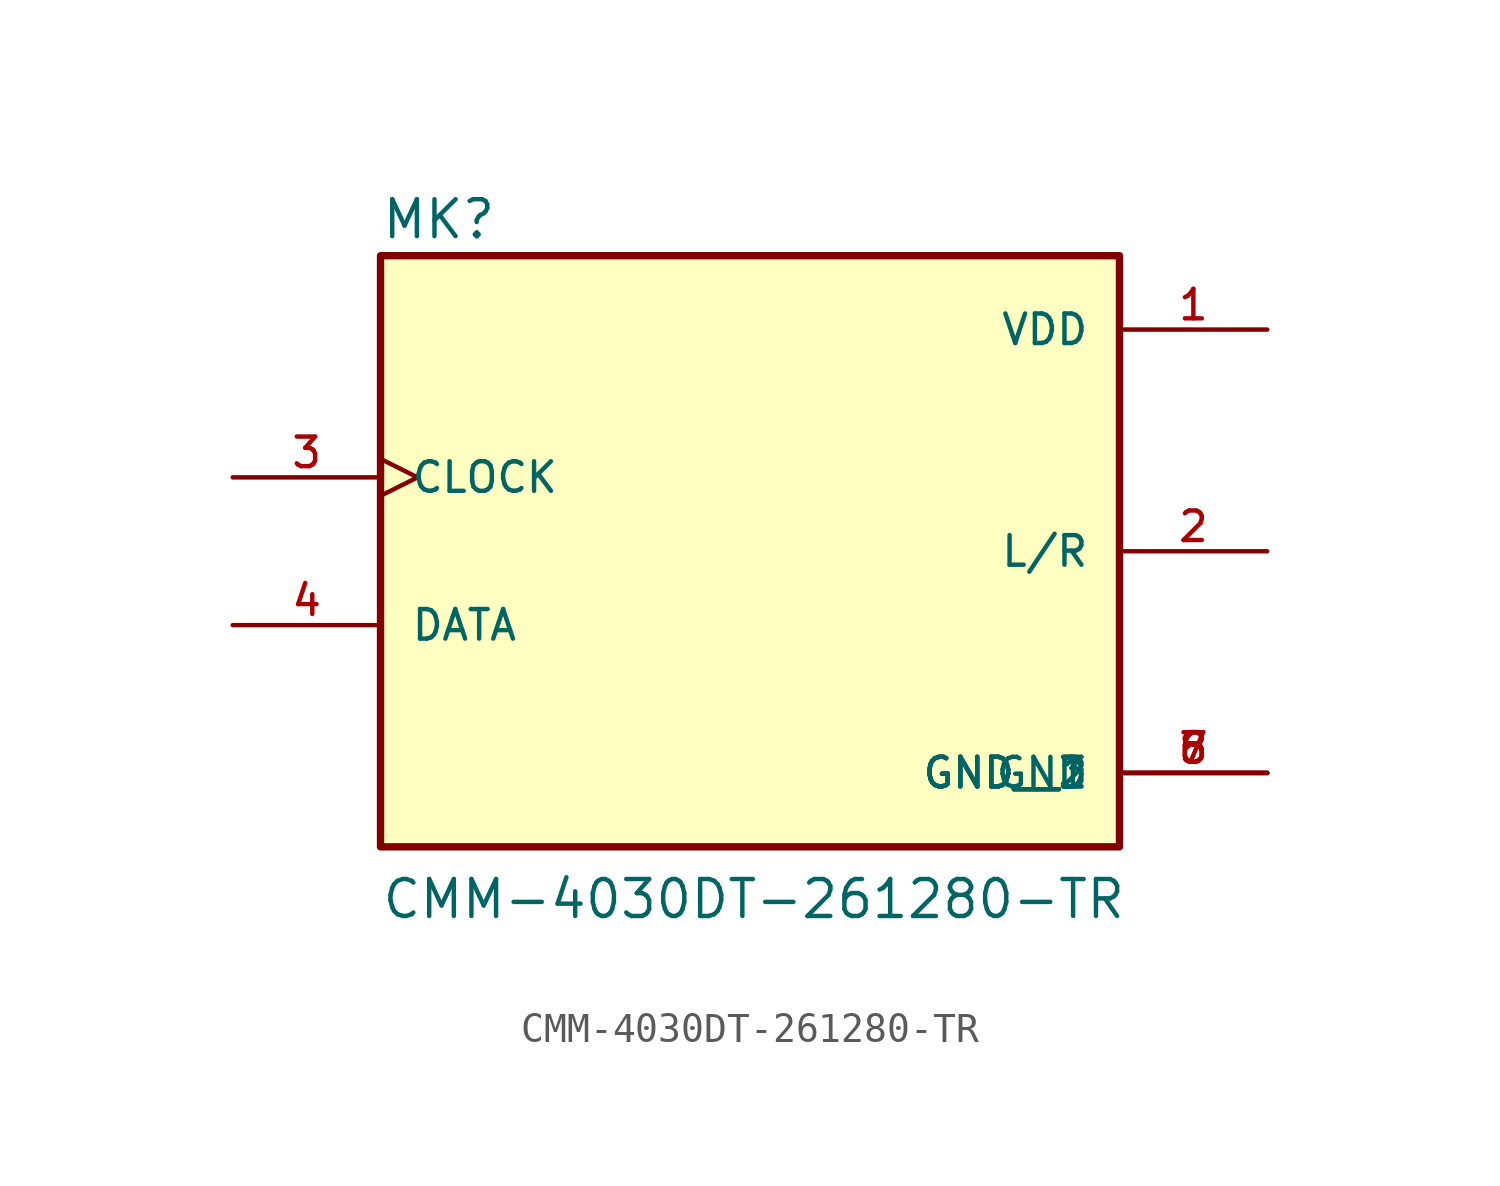
<source format=kicad_sym>
(kicad_symbol_lib
  (version 20211014)
  (generator kicad_symbol_editor)
  (symbol "CMM-4030DT-261280-TR"
    (pin_names
      (offset 1.016))
    (property "Reference" "MK"
      (at -12.7 10.668 0)
      (effects (font (size 1.27 1.27)) (justify bottom left)))
    (property "Value" "CMM-4030DT-261280-TR"
      (at -12.7 -12.7 0)
      (effects (font (size 1.27 1.27)) (justify bottom left)))
    (symbol "CMM-4030DT-261280-TR_0_0"
      (rectangle (start -12.7 -10.16) (end 12.7 10.16) (stroke (width 0.254)) (fill (type background)))
      (pin power_in line (at 17.78 -7.62 180.0) (length 5.08) (name "GND" (effects (font (size 1.016 1.016)))) (number "5" (effects (font (size 1.016 1.016)))))
      (pin power_in line (at 17.78 7.62 180.0) (length 5.08) (name "VDD" (effects (font (size 1.016 1.016)))) (number "1" (effects (font (size 1.016 1.016)))))
      (pin bidirectional line (at 17.78 0.0 180.0) (length 5.08) (name "L/R" (effects (font (size 1.016 1.016)))) (number "2" (effects (font (size 1.016 1.016)))))
      (pin input clock (at -17.78 2.54 0) (length 5.08) (name "CLOCK" (effects (font (size 1.016 1.016)))) (number "3" (effects (font (size 1.016 1.016)))))
      (pin bidirectional line (at -17.78 -2.54 0) (length 5.08) (name "DATA" (effects (font (size 1.016 1.016)))) (number "4" (effects (font (size 1.016 1.016)))))
      (pin power_in line (at 17.78 -7.62 180.0) (length 5.08) (name "GND__1" (effects (font (size 1.016 1.016)))) (number "6" (effects (font (size 1.016 1.016)))))
      (pin power_in line (at 17.78 -7.62 180.0) (length 5.08) (name "GND__2" (effects (font (size 1.016 1.016)))) (number "7" (effects (font (size 1.016 1.016)))))
      (pin power_in line (at 17.78 -7.62 180.0) (length 5.08) (name "GND__3" (effects (font (size 1.016 1.016)))) (number "8" (effects (font (size 1.016 1.016))))))))
</source>
